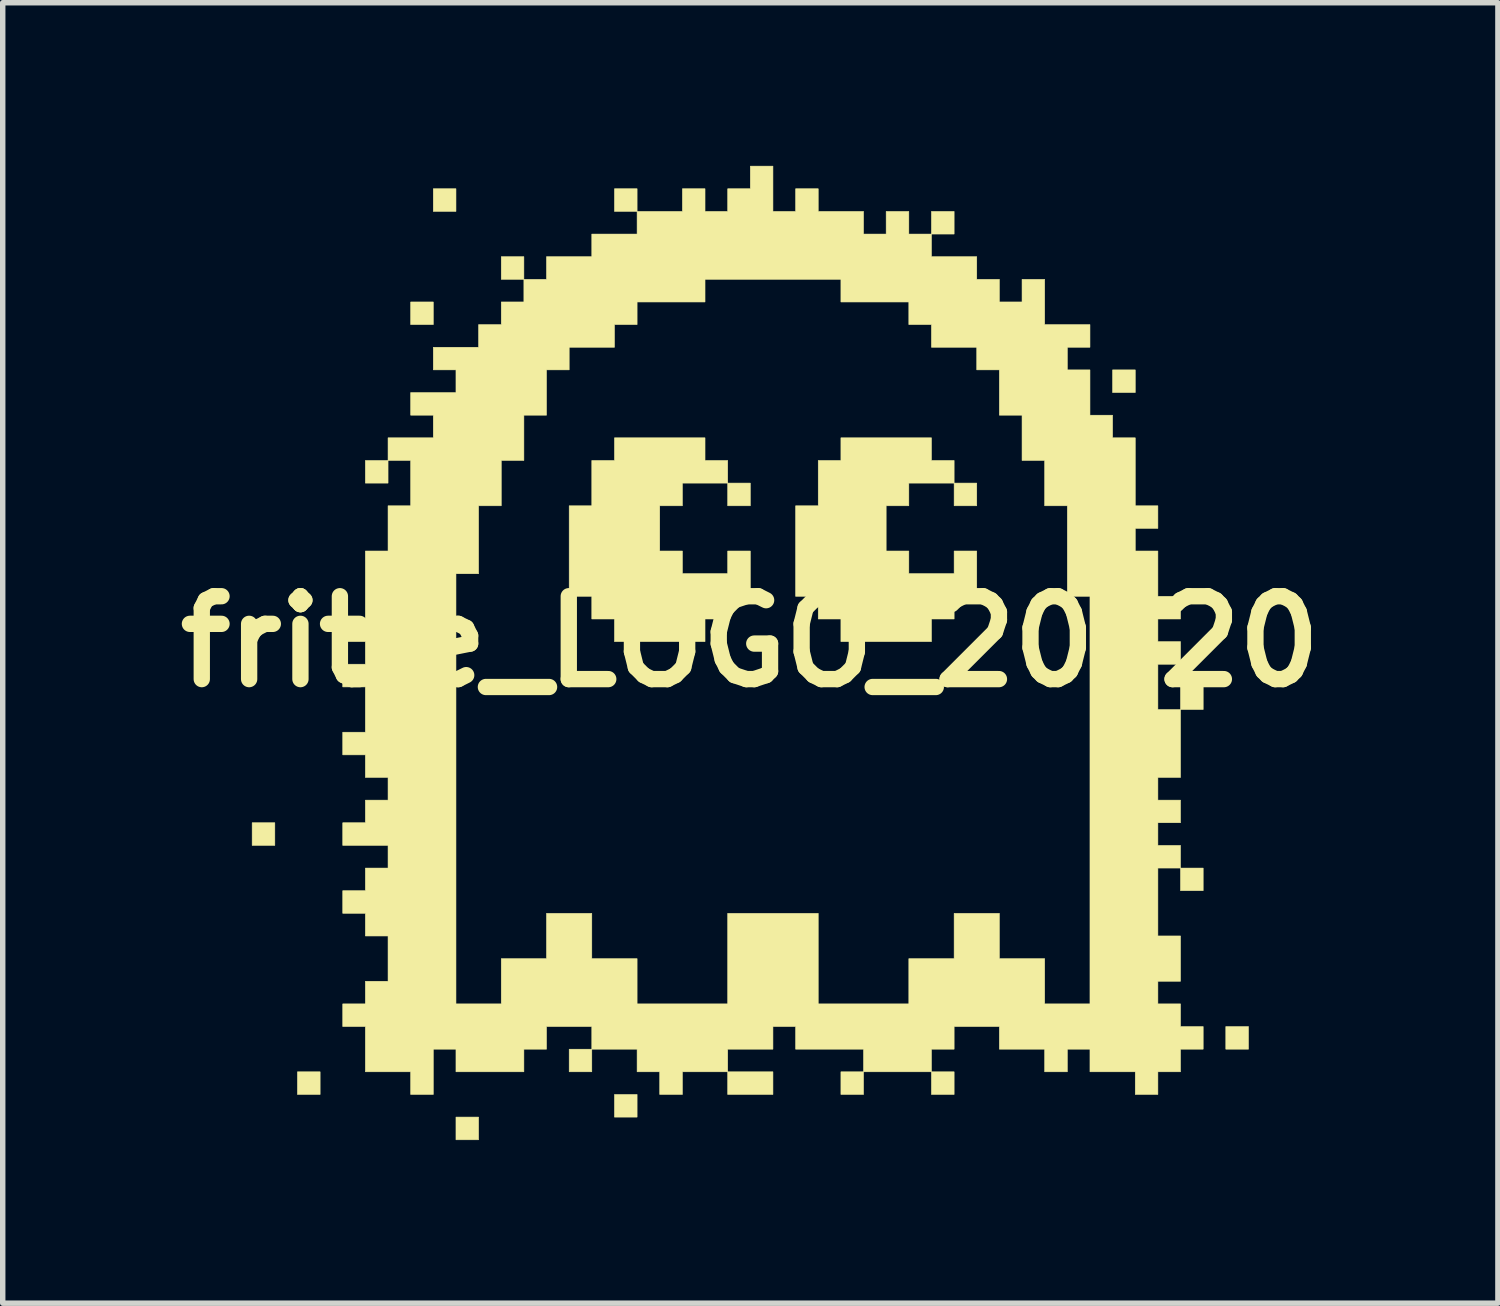
<source format=kicad_pcb>
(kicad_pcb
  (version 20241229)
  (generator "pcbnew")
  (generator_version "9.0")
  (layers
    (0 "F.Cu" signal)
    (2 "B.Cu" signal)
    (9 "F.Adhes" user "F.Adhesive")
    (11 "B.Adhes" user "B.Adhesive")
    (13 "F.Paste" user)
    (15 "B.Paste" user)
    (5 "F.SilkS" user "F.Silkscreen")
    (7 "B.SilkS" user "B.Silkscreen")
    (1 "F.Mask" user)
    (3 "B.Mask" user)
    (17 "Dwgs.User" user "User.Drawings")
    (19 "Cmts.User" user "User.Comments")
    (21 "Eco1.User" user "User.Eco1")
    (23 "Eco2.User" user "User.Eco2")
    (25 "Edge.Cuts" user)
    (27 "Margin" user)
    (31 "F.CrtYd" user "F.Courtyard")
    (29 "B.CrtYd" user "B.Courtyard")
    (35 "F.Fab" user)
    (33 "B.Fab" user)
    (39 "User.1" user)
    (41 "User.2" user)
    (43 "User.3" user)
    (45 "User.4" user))
  (footprint "fritte_LOGO_20x20"
    (layer "F.Cu")
    (at 10.748 8.749)
    (property "Reference" "fritte_LOGO_20x20" (at 0 0 0) (layer "F.SilkS") (effects (font (size 1.524 1.524) (thickness 0.3))))
    (attr through_hole)
    (fp_poly (pts (xy -8.744 3.748) (xy -9.161 3.748) (xy -9.161 3.331) (xy -8.744 3.331) (xy -8.744 3.748)) (stroke (width 0.01) (type solid)) (fill yes) (layer "F.SilkS"))
    (fp_poly (pts (xy -7.911 8.328) (xy -8.328 8.328) (xy -8.328 7.911) (xy -7.911 7.911) (xy -7.911 8.328)) (stroke (width 0.01) (type solid)) (fill yes) (layer "F.SilkS"))
    (fp_poly (pts (xy -6.662 -2.915) (xy -7.079 -2.915) (xy -7.079 -3.331) (xy -6.662 -3.331) (xy -6.662 -2.915)) (stroke (width 0.01) (type solid)) (fill yes) (layer "F.SilkS"))
    (fp_poly (pts (xy -5.83 -5.83) (xy -6.246 -5.83) (xy -6.246 -6.246) (xy -5.83 -6.246) (xy -5.83 -5.83)) (stroke (width 0.01) (type solid)) (fill yes) (layer "F.SilkS"))
    (fp_poly (pts (xy -5.413 -7.911) (xy -5.83 -7.911) (xy -5.83 -8.328) (xy -5.413 -8.328) (xy -5.413 -7.911)) (stroke (width 0.01) (type solid)) (fill yes) (layer "F.SilkS"))
    (fp_poly (pts (xy -4.997 9.161) (xy -5.413 9.161) (xy -5.413 8.744) (xy -4.997 8.744) (xy -4.997 9.161)) (stroke (width 0.01) (type solid)) (fill yes) (layer "F.SilkS"))
    (fp_poly (pts (xy -4.164 -6.662) (xy -4.58 -6.662) (xy -4.58 -7.079) (xy -4.164 -7.079) (xy -4.164 -6.662)) (stroke (width 0.01) (type solid)) (fill yes) (layer "F.SilkS"))
    (fp_poly (pts (xy -2.915 7.911) (xy -3.331 7.911) (xy -3.331 7.495) (xy -2.915 7.495) (xy -2.915 7.911)) (stroke (width 0.01) (type solid)) (fill yes) (layer "F.SilkS"))
    (fp_poly (pts (xy -2.082 -7.911) (xy -2.498 -7.911) (xy -2.498 -8.328) (xy -2.082 -8.328) (xy -2.082 -7.911)) (stroke (width 0.01) (type solid)) (fill yes) (layer "F.SilkS"))
    (fp_poly (pts (xy -2.082 8.744) (xy -2.498 8.744) (xy -2.498 8.328) (xy -2.082 8.328) (xy -2.082 8.744)) (stroke (width 0.01) (type solid)) (fill yes) (layer "F.SilkS"))
    (fp_poly (pts (xy 0 -2.498) (xy -0.416 -2.498) (xy -0.416 -2.915) (xy 0 -2.915) (xy 0 -2.498)) (stroke (width 0.01) (type solid)) (fill yes) (layer "F.SilkS"))
    (fp_poly (pts (xy 0.416 8.328) (xy -0.416 8.328) (xy -0.416 7.911) (xy 0.416 7.911) (xy 0.416 8.328)) (stroke (width 0.01) (type solid)) (fill yes) (layer "F.SilkS"))
    (fp_poly (pts (xy 2.082 8.328) (xy 1.666 8.328) (xy 1.666 7.911) (xy 2.082 7.911) (xy 2.082 8.328)) (stroke (width 0.01) (type solid)) (fill yes) (layer "F.SilkS"))
    (fp_poly (pts (xy 3.748 -7.495) (xy 3.331 -7.495) (xy 3.331 -7.911) (xy 3.748 -7.911) (xy 3.748 -7.495)) (stroke (width 0.01) (type solid)) (fill yes) (layer "F.SilkS"))
    (fp_poly (pts (xy 3.748 8.328) (xy 3.331 8.328) (xy 3.331 7.911) (xy 3.748 7.911) (xy 3.748 8.328)) (stroke (width 0.01) (type solid)) (fill yes) (layer "F.SilkS"))
    (fp_poly (pts (xy 4.164 -2.498) (xy 3.748 -2.498) (xy 3.748 -2.915) (xy 4.164 -2.915) (xy 4.164 -2.498)) (stroke (width 0.01) (type solid)) (fill yes) (layer "F.SilkS"))
    (fp_poly (pts (xy 7.079 -4.58) (xy 6.662 -4.58) (xy 6.662 -4.997) (xy 7.079 -4.997) (xy 7.079 -4.58)) (stroke (width 0.01) (type solid)) (fill yes) (layer "F.SilkS"))
    (fp_poly (pts (xy 8.328 1.249) (xy 7.911 1.249) (xy 7.911 0.833) (xy 8.328 0.833) (xy 8.328 1.249)) (stroke (width 0.01) (type solid)) (fill yes) (layer "F.SilkS"))
    (fp_poly (pts (xy 8.328 4.58) (xy 7.911 4.58) (xy 7.911 4.164) (xy 8.328 4.164) (xy 8.328 4.58)) (stroke (width 0.01) (type solid)) (fill yes) (layer "F.SilkS"))
    (fp_poly (pts (xy 9.161 7.495) (xy 8.744 7.495) (xy 8.744 7.079) (xy 9.161 7.079) (xy 9.161 7.495)) (stroke (width 0.01) (type solid)) (fill yes) (layer "F.SilkS"))
    (fp_poly (pts (xy -0.833 -3.331) (xy -0.416 -3.331) (xy -0.416 -2.915) (xy -1.249 -2.915) (xy -1.249 -2.498) (xy -1.666 -2.498) (xy -1.666 -1.666) (xy -1.249 -1.666) (xy -1.249 -1.249) (xy -0.416 -1.249) (xy -0.416 -1.666) (xy 0 -1.666) (xy 0 -0.833) (xy -0.416 -0.833) (xy -0.416 -0.416) (xy -0.833 -0.416) (xy -0.833 0) (xy -2.498 0) (xy -2.498 -0.416) (xy -2.915 -0.416) (xy -2.915 -0.833) (xy -3.331 -0.833) (xy -3.331 -2.498) (xy -2.915 -2.498) (xy -2.915 -3.331) (xy -2.498 -3.331) (xy -2.498 -3.748) (xy -0.833 -3.748) (xy -0.833 -3.331)) (stroke (width 0.01) (type solid)) (fill yes) (layer "F.SilkS"))
    (fp_poly (pts (xy 3.331 -3.331) (xy 3.748 -3.331) (xy 3.748 -2.915) (xy 2.915 -2.915) (xy 2.915 -2.498) (xy 2.498 -2.498) (xy 2.498 -1.666) (xy 2.915 -1.666) (xy 2.915 -1.249) (xy 3.748 -1.249) (xy 3.748 -1.666) (xy 4.164 -1.666) (xy 4.164 -0.833) (xy 3.748 -0.833) (xy 3.748 -0.416) (xy 3.331 -0.416) (xy 3.331 0) (xy 1.666 0) (xy 1.666 -0.416) (xy 1.249 -0.416) (xy 1.249 -0.833) (xy 0.833 -0.833) (xy 0.833 -2.498) (xy 1.249 -2.498) (xy 1.249 -3.331) (xy 1.666 -3.331) (xy 1.666 -3.748) (xy 3.331 -3.748) (xy 3.331 -3.331)) (stroke (width 0.01) (type solid)) (fill yes) (layer "F.SilkS"))
    (fp_poly (pts (xy -6.662 -3.748) (xy -5.83 -3.748) (xy -5.83 -4.164) (xy -6.246 -4.164) (xy -6.246 -4.58) (xy -5.413 -4.58) (xy -5.413 -4.997) (xy -5.83 -4.997) (xy -5.83 -5.413) (xy -4.997 -5.413) (xy -4.997 -5.83) (xy -4.58 -5.83) (xy -4.58 -6.246) (xy -4.164 -6.246) (xy -4.164 -6.662) (xy -3.748 -6.662) (xy -3.748 -7.079) (xy -2.915 -7.079) (xy -2.915 -7.495) (xy -2.082 -7.495) (xy -2.082 -7.911) (xy -1.249 -7.911) (xy -1.249 -8.328) (xy -0.833 -8.328) (xy -0.833 -7.911) (xy -0.416 -7.911) (xy -0.416 -8.328) (xy 0 -8.328) (xy 0 -8.744) (xy 0.416 -8.744) (xy 0.416 -7.911) (xy 0.833 -7.911) (xy 0.833 -8.328) (xy 1.249 -8.328) (xy 1.249 -7.911) (xy 2.082 -7.911) (xy 2.082 -7.495) (xy 2.498 -7.495) (xy 2.498 -7.911) (xy 2.915 -7.911) (xy 2.915 -7.495) (xy 3.331 -7.495) (xy 3.331 -7.079) (xy 4.164 -7.079) (xy 4.164 -6.662) (xy 4.58 -6.662) (xy 4.58 -6.246) (xy 4.997 -6.246) (xy 4.997 -6.662) (xy 5.413 -6.662) (xy 5.413 -5.83) (xy 6.246 -5.83) (xy 6.246 -5.413) (xy 5.83 -5.413) (xy 5.83 -4.997) (xy 6.246 -4.997) (xy 6.246 -4.164) (xy 6.662 -4.164) (xy 6.662 -3.748) (xy 7.079 -3.748) (xy 7.079 -2.498) (xy 7.495 -2.498) (xy 7.495 -2.082) (xy 7.079 -2.082) (xy 7.079 -1.666) (xy 7.495 -1.666) (xy 7.495 -0.833) (xy 7.911 -0.833) (xy 7.911 -0.416) (xy 7.495 -0.416) (xy 7.495 0) (xy 7.911 0) (xy 7.911 0.416) (xy 7.495 0.416) (xy 7.495 1.249) (xy 7.911 1.249) (xy 7.911 2.498) (xy 7.495 2.498) (xy 7.495 2.915) (xy 7.911 2.915) (xy 7.911 3.331) (xy 7.495 3.331) (xy 7.495 3.748) (xy 7.911 3.748) (xy 7.911 4.164) (xy 7.495 4.164) (xy 7.495 5.413) (xy 7.911 5.413) (xy 7.911 6.246) (xy 7.495 6.246) (xy 7.495 6.662) (xy 7.911 6.662) (xy 7.911 7.079) (xy 8.328 7.079) (xy 8.328 7.495) (xy 7.911 7.495) (xy 7.911 7.911) (xy 7.495 7.911) (xy 7.495 8.328) (xy 7.079 8.328) (xy 7.079 7.911) (xy 6.246 7.911) (xy 6.246 7.495) (xy 5.83 7.495) (xy 5.83 7.911) (xy 5.413 7.911) (xy 5.413 7.495) (xy 4.58 7.495) (xy 4.58 7.079) (xy 3.748 7.079) (xy 3.748 7.495) (xy 3.331 7.495) (xy 3.331 7.911) (xy 2.082 7.911) (xy 2.082 7.495) (xy 0.833 7.495) (xy 0.833 7.079) (xy 0.416 7.079) (xy 0.416 7.495) (xy -0.416 7.495) (xy -0.416 7.911) (xy -1.249 7.911) (xy -1.249 8.328) (xy -1.666 8.328) (xy -1.666 7.911) (xy -2.082 7.911) (xy -2.082 7.495) (xy -2.915 7.495) (xy -2.915 7.079) (xy -3.748 7.079) (xy -3.748 7.495) (xy -4.164 7.495) (xy -4.164 7.911) (xy -5.413 7.911) (xy -5.413 7.495) (xy -5.83 7.495) (xy -5.83 8.328) (xy -6.246 8.328) (xy -6.246 7.911) (xy -7.079 7.911) (xy -7.079 7.079) (xy -7.495 7.079) (xy -7.495 6.662) (xy -7.079 6.662) (xy -7.079 6.246) (xy -6.662 6.246) (xy -6.662 5.413) (xy -7.079 5.413) (xy -7.079 4.997) (xy -7.495 4.997) (xy -7.495 4.58) (xy -7.079 4.58) (xy -7.079 4.164) (xy -6.662 4.164) (xy -6.662 3.748) (xy -7.495 3.748) (xy -7.495 3.331) (xy -7.079 3.331) (xy -7.079 2.915) (xy -6.662 2.915) (xy -6.662 2.498) (xy -7.079 2.498) (xy -7.079 2.082) (xy -7.495 2.082) (xy -7.495 1.666) (xy -7.079 1.666) (xy -7.079 0.833) (xy -7.495 0.833) (xy -7.495 0.416) (xy -7.079 0.416) (xy -7.079 0) (xy -7.495 0) (xy -7.495 -0.416) (xy -7.079 -0.416) (xy -7.079 -1.249) (xy -5.413 -1.249) (xy -5.413 6.662) (xy -4.58 6.662) (xy -4.58 5.83) (xy -3.748 5.83) (xy -3.748 4.997) (xy -2.915 4.997) (xy -2.915 5.83) (xy -2.082 5.83) (xy -2.082 6.662) (xy -0.416 6.662) (xy -0.416 4.997) (xy 1.249 4.997) (xy 1.249 6.662) (xy 2.915 6.662) (xy 2.915 5.83) (xy 3.748 5.83) (xy 3.748 4.997) (xy 4.58 4.997) (xy 4.58 5.83) (xy 5.413 5.83) (xy 5.413 6.662) (xy 6.246 6.662) (xy 6.246 -0.833) (xy 5.83 -0.833) (xy 5.83 -2.498) (xy 5.413 -2.498) (xy 5.413 -3.331) (xy 4.997 -3.331) (xy 4.997 -4.164) (xy 4.58 -4.164) (xy 4.58 -4.997) (xy 4.164 -4.997) (xy 4.164 -5.413) (xy 3.331 -5.413) (xy 3.331 -5.83) (xy 2.915 -5.83) (xy 2.915 -6.246) (xy 1.666 -6.246) (xy 1.666 -6.662) (xy -0.833 -6.662) (xy -0.833 -6.246) (xy -2.082 -6.246) (xy -2.082 -5.83) (xy -2.498 -5.83) (xy -2.498 -5.413) (xy -3.331 -5.413) (xy -3.331 -4.997) (xy -3.748 -4.997) (xy -3.748 -4.164) (xy -4.164 -4.164) (xy -4.164 -3.331) (xy -4.58 -3.331) (xy -4.58 -2.498) (xy -4.997 -2.498) (xy -4.997 -1.249) (xy -5.413 -1.249) (xy -7.079 -1.249) (xy -7.079 -1.666) (xy -6.662 -1.666) (xy -6.662 -2.498) (xy -6.246 -2.498) (xy -6.246 -3.331) (xy -6.662 -3.331) (xy -6.662 -3.748)) (stroke (width 0.01) (type solid)) (fill yes) (layer "F.SilkS")))
  (gr_rect
    (start -3 -3)
    (end 24.496 20.915)
    (stroke (width 0.1) (type default))
    (fill no)
    (layer "Edge.Cuts")))
</source>
